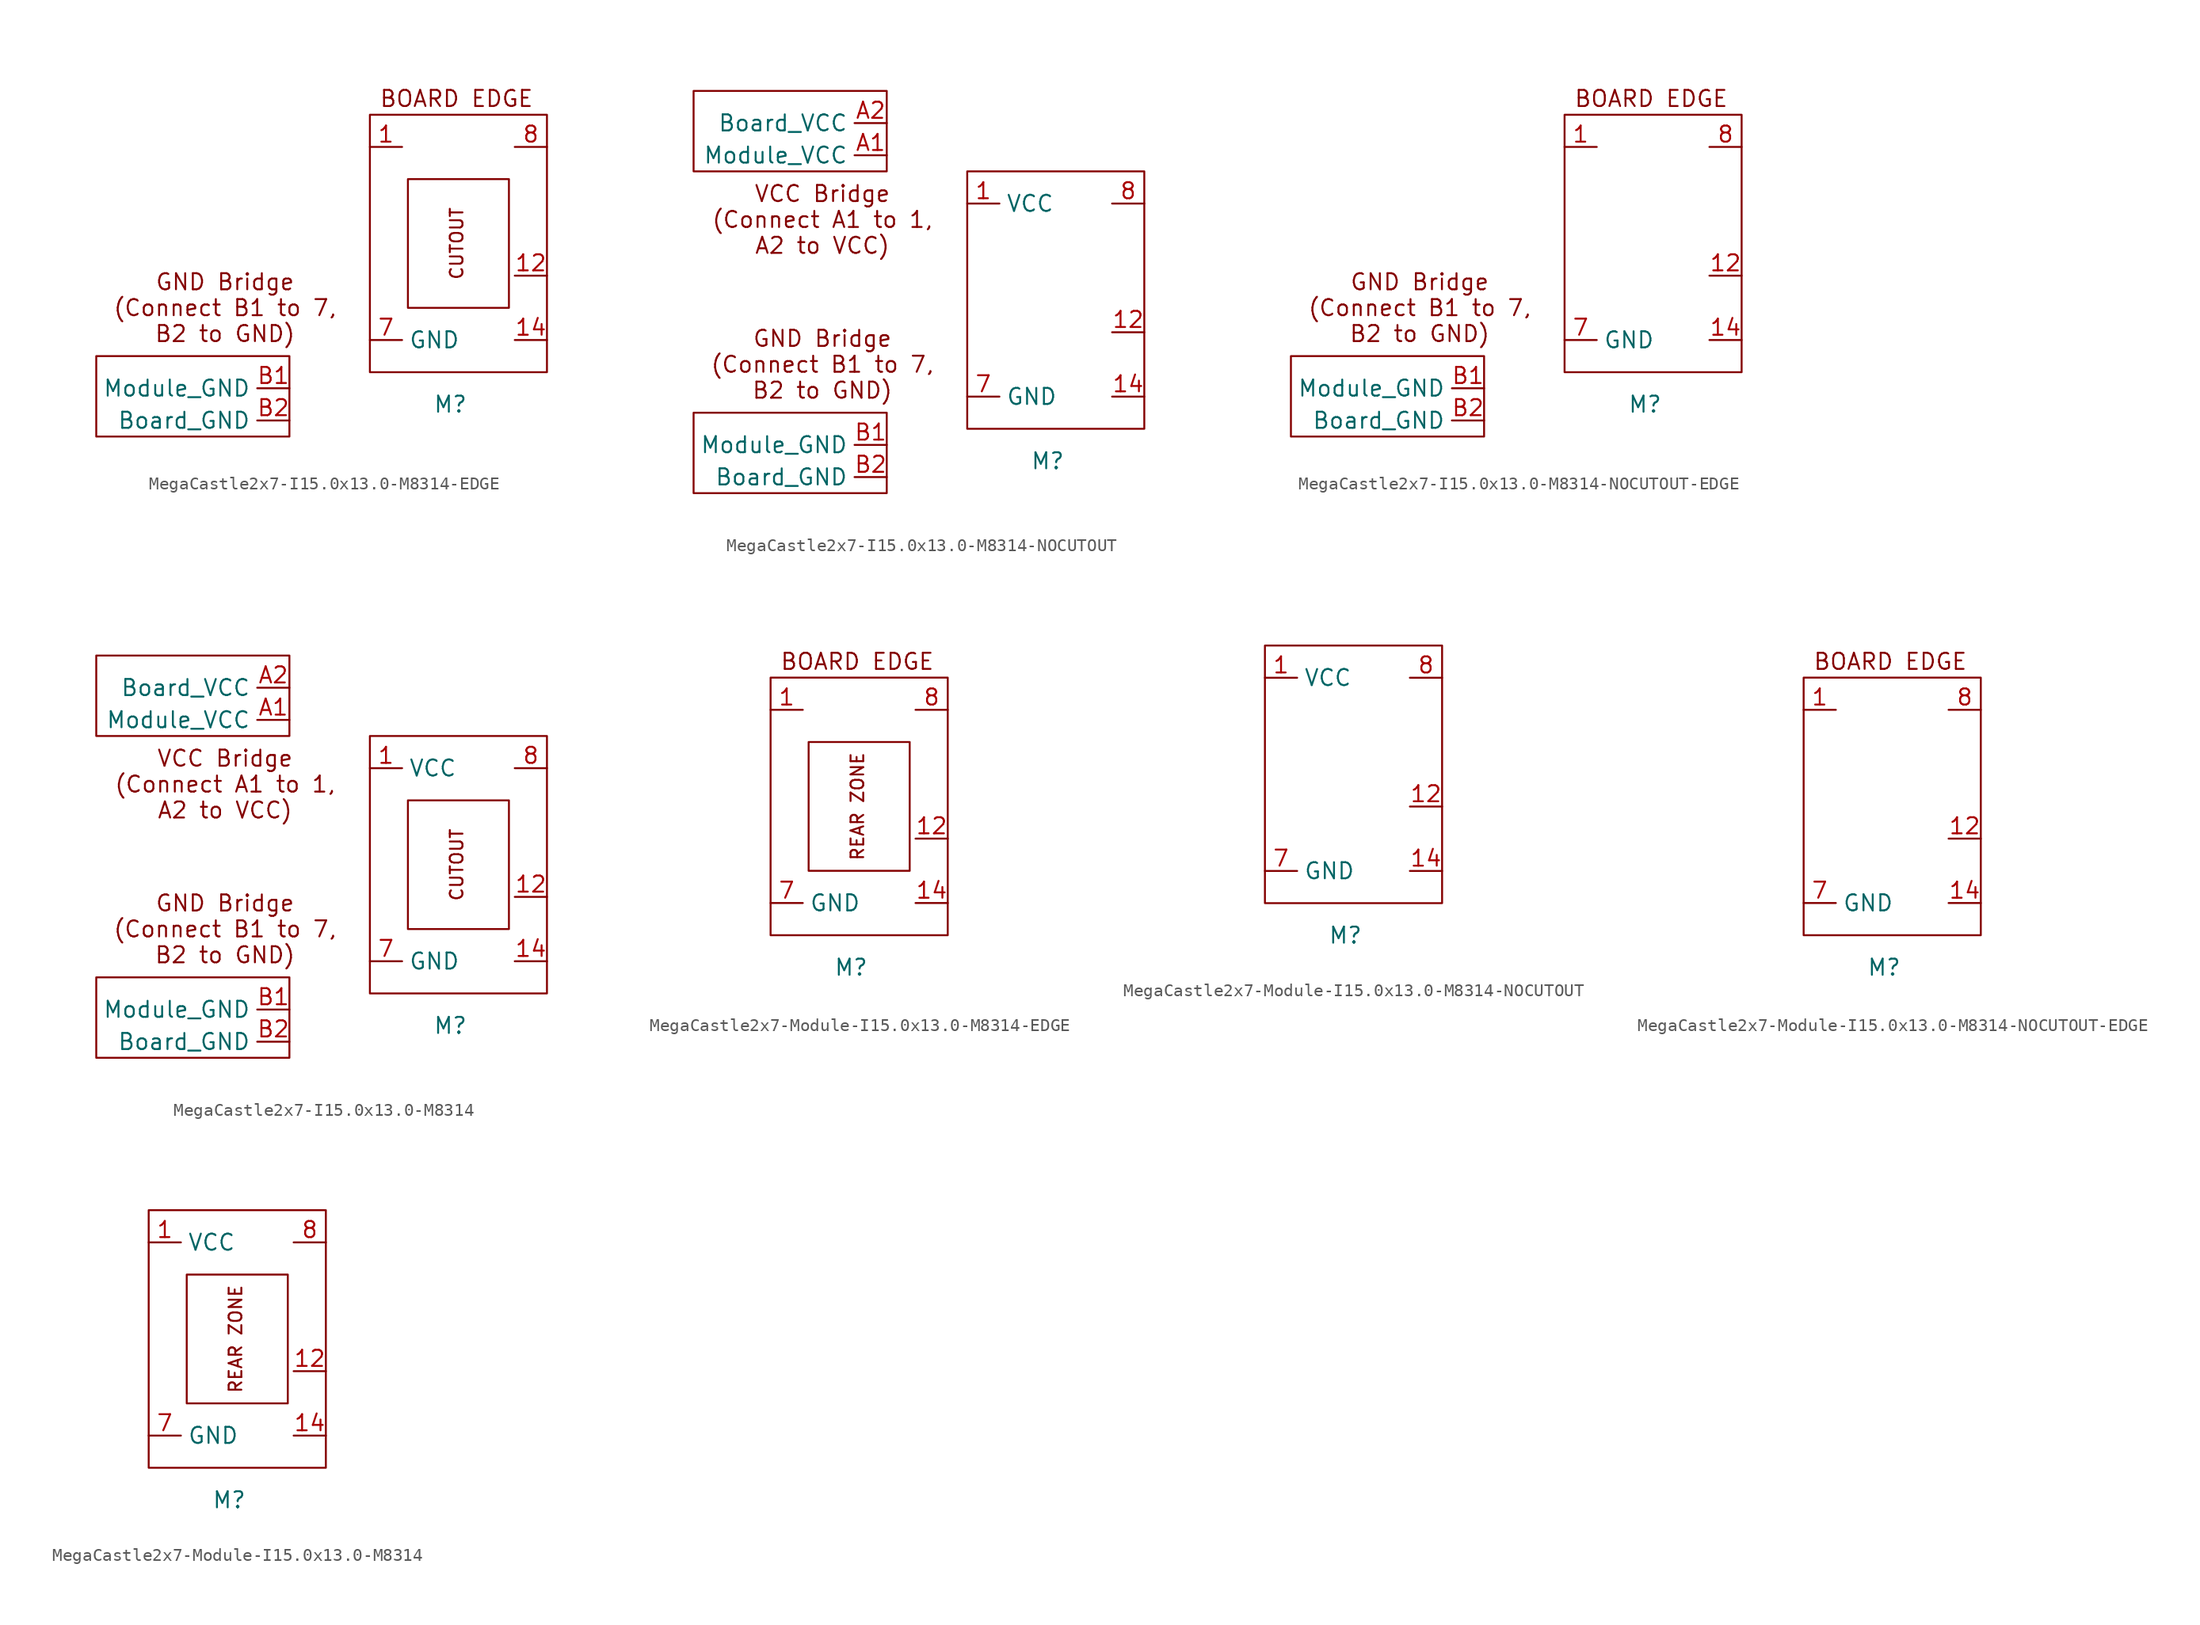
<source format=kicad_sym>
(kicad_symbol_lib
  (version 20241209)
  (generator "kicad_symbol_editor")
  (generator_version "9.0")
  (symbol "MegaCastle2x7-I15.0x13.0-M8314-EDGE"
    (property "Reference" "M"
      (at 0 -12.7 0)
      (effects (font (size 1.27 1.27))))
    (property "Value" ""
      (at 0 5.08 0)
      (effects (font (size 1.27 1.27))))
    (symbol "MegaCastle2x7-I15.0x13.0-M8314-EDGE_0_1"
      (rectangle (start -27.94 -8.89) (end -12.7 -15.24) (stroke (width 0) (type default)) (fill (type none)))
      (rectangle (start -6.35 10.16) (end 7.62 -10.16) (stroke (width 0) (type default)) (fill (type none)))
      (rectangle (start -3.35 5.08) (end 4.62 -5.08) (stroke (width 0) (type default)) (fill (type none))))
    (symbol "MegaCastle2x7-I15.0x13.0-M8314-EDGE_1_1"
      (text "GND Bridge\n(Connect B1 to 7,\nB2 to GND)" (at -17.78 -5.08 0) (effects (font (size 1.27 1.27))))
      (text " BOARD EDGE" (at 0 11.43 0) (effects (font (size 1.27 1.27))))
      (text "CUTOUT" (at 0.5 0 900) (effects (font (size 1 1))))
      (pin bidirectional line (at -12.7 -11.43 180) (length 2.54) (name "Module_GND" (effects (font (size 1.27 1.27)))) (number "B1" (effects (font (size 1.27 1.27)))))
      (pin bidirectional line (at -12.7 -13.97 180) (length 2.54) (name "Board_GND" (effects (font (size 1.27 1.27)))) (number "B2" (effects (font (size 1.27 1.27)))))
      (pin bidirectional line (at -6.35 7.62 0) (length 2.54) (name "" (effects (font (size 1.27 1.27)))) (number "1" (effects (font (size 1.27 1.27)))))
      (pin bidirectional line (at -6.35 -7.62 0) (length 2.54) (name "GND" (effects (font (size 1.27 1.27)))) (number "7" (effects (font (size 1.27 1.27)))))
      (pin bidirectional line (at 7.62 7.62 180) (length 2.54) (name "" (effects (font (size 1.27 1.27)))) (number "8" (effects (font (size 1.27 1.27)))))
      (pin bidirectional line (at 7.62 -2.54 180) (length 2.54) (name "" (effects (font (size 1.27 1.27)))) (number "12" (effects (font (size 1.27 1.27)))))
      (pin bidirectional line (at 7.62 -7.62 180) (length 2.54) (name "" (effects (font (size 1.27 1.27)))) (number "14" (effects (font (size 1.27 1.27)))))))
  (symbol "MegaCastle2x7-I15.0x13.0-M8314-NOCUTOUT"
    (property "Reference" "M"
      (at 0 -12.7 0)
      (effects (font (size 1.27 1.27))))
    (property "Value" ""
      (at 0 5.08 0)
      (effects (font (size 1.27 1.27))))
    (symbol "MegaCastle2x7-I15.0x13.0-M8314-NOCUTOUT_0_1"
      (rectangle (start -27.94 16.51) (end -12.7 10.16) (stroke (width 0) (type default)) (fill (type none)))
      (rectangle (start -27.94 -8.89) (end -12.7 -15.24) (stroke (width 0) (type default)) (fill (type none)))
      (rectangle (start -6.35 10.16) (end 7.62 -10.16) (stroke (width 0) (type default)) (fill (type none))))
    (symbol "MegaCastle2x7-I15.0x13.0-M8314-NOCUTOUT_1_1"
      (text "VCC Bridge\n(Connect A1 to 1,\nA2 to VCC)" (at -17.78 6.35 0) (effects (font (size 1.27 1.27))))
      (text "GND Bridge\n(Connect B1 to 7,\nB2 to GND)" (at -17.78 -5.08 0) (effects (font (size 1.27 1.27))))
      (pin bidirectional line (at -12.7 13.97 180) (length 2.54) (name "Board_VCC" (effects (font (size 1.27 1.27)))) (number "A2" (effects (font (size 1.27 1.27)))))
      (pin bidirectional line (at -12.7 11.43 180) (length 2.54) (name "Module_VCC" (effects (font (size 1.27 1.27)))) (number "A1" (effects (font (size 1.27 1.27)))))
      (pin bidirectional line (at -12.7 -11.43 180) (length 2.54) (name "Module_GND" (effects (font (size 1.27 1.27)))) (number "B1" (effects (font (size 1.27 1.27)))))
      (pin bidirectional line (at -12.7 -13.97 180) (length 2.54) (name "Board_GND" (effects (font (size 1.27 1.27)))) (number "B2" (effects (font (size 1.27 1.27)))))
      (pin bidirectional line (at -6.35 7.62 0) (length 2.54) (name "VCC" (effects (font (size 1.27 1.27)))) (number "1" (effects (font (size 1.27 1.27)))))
      (pin bidirectional line (at -6.35 -7.62 0) (length 2.54) (name "GND" (effects (font (size 1.27 1.27)))) (number "7" (effects (font (size 1.27 1.27)))))
      (pin bidirectional line (at 7.62 7.62 180) (length 2.54) (name "" (effects (font (size 1.27 1.27)))) (number "8" (effects (font (size 1.27 1.27)))))
      (pin bidirectional line (at 7.62 -2.54 180) (length 2.54) (name "" (effects (font (size 1.27 1.27)))) (number "12" (effects (font (size 1.27 1.27)))))
      (pin bidirectional line (at 7.62 -7.62 180) (length 2.54) (name "" (effects (font (size 1.27 1.27)))) (number "14" (effects (font (size 1.27 1.27)))))))
  (symbol "MegaCastle2x7-I15.0x13.0-M8314-NOCUTOUT-EDGE"
    (property "Reference" "M"
      (at 0 -12.7 0)
      (effects (font (size 1.27 1.27))))
    (property "Value" ""
      (at 0 5.08 0)
      (effects (font (size 1.27 1.27))))
    (symbol "MegaCastle2x7-I15.0x13.0-M8314-NOCUTOUT-EDGE_0_1"
      (rectangle (start -27.94 -8.89) (end -12.7 -15.24) (stroke (width 0) (type default)) (fill (type none)))
      (rectangle (start -6.35 10.16) (end 7.62 -10.16) (stroke (width 0) (type default)) (fill (type none))))
    (symbol "MegaCastle2x7-I15.0x13.0-M8314-NOCUTOUT-EDGE_1_1"
      (text "GND Bridge\n(Connect B1 to 7,\nB2 to GND)" (at -17.78 -5.08 0) (effects (font (size 1.27 1.27))))
      (text " BOARD EDGE" (at 0 11.43 0) (effects (font (size 1.27 1.27))))
      (pin bidirectional line (at -12.7 -11.43 180) (length 2.54) (name "Module_GND" (effects (font (size 1.27 1.27)))) (number "B1" (effects (font (size 1.27 1.27)))))
      (pin bidirectional line (at -12.7 -13.97 180) (length 2.54) (name "Board_GND" (effects (font (size 1.27 1.27)))) (number "B2" (effects (font (size 1.27 1.27)))))
      (pin bidirectional line (at -6.35 7.62 0) (length 2.54) (name "" (effects (font (size 1.27 1.27)))) (number "1" (effects (font (size 1.27 1.27)))))
      (pin bidirectional line (at -6.35 -7.62 0) (length 2.54) (name "GND" (effects (font (size 1.27 1.27)))) (number "7" (effects (font (size 1.27 1.27)))))
      (pin bidirectional line (at 7.62 7.62 180) (length 2.54) (name "" (effects (font (size 1.27 1.27)))) (number "8" (effects (font (size 1.27 1.27)))))
      (pin bidirectional line (at 7.62 -2.54 180) (length 2.54) (name "" (effects (font (size 1.27 1.27)))) (number "12" (effects (font (size 1.27 1.27)))))
      (pin bidirectional line (at 7.62 -7.62 180) (length 2.54) (name "" (effects (font (size 1.27 1.27)))) (number "14" (effects (font (size 1.27 1.27)))))))
  (symbol "MegaCastle2x7-I15.0x13.0-M8314"
    (property "Reference" "M"
      (at 0 -12.7 0)
      (effects (font (size 1.27 1.27))))
    (property "Value" ""
      (at 0 5.08 0)
      (effects (font (size 1.27 1.27))))
    (symbol "MegaCastle2x7-I15.0x13.0-M8314_0_1"
      (rectangle (start -27.94 16.51) (end -12.7 10.16) (stroke (width 0) (type default)) (fill (type none)))
      (rectangle (start -27.94 -8.89) (end -12.7 -15.24) (stroke (width 0) (type default)) (fill (type none)))
      (rectangle (start -6.35 10.16) (end 7.62 -10.16) (stroke (width 0) (type default)) (fill (type none)))
      (rectangle (start -3.35 5.08) (end 4.62 -5.08) (stroke (width 0) (type default)) (fill (type none))))
    (symbol "MegaCastle2x7-I15.0x13.0-M8314_1_1"
      (text "VCC Bridge\n(Connect A1 to 1,\nA2 to VCC)" (at -17.78 6.35 0) (effects (font (size 1.27 1.27))))
      (text "GND Bridge\n(Connect B1 to 7,\nB2 to GND)" (at -17.78 -5.08 0) (effects (font (size 1.27 1.27))))
      (text "CUTOUT" (at 0.5 0 900) (effects (font (size 1 1))))
      (pin bidirectional line (at -12.7 13.97 180) (length 2.54) (name "Board_VCC" (effects (font (size 1.27 1.27)))) (number "A2" (effects (font (size 1.27 1.27)))))
      (pin bidirectional line (at -12.7 11.43 180) (length 2.54) (name "Module_VCC" (effects (font (size 1.27 1.27)))) (number "A1" (effects (font (size 1.27 1.27)))))
      (pin bidirectional line (at -12.7 -11.43 180) (length 2.54) (name "Module_GND" (effects (font (size 1.27 1.27)))) (number "B1" (effects (font (size 1.27 1.27)))))
      (pin bidirectional line (at -12.7 -13.97 180) (length 2.54) (name "Board_GND" (effects (font (size 1.27 1.27)))) (number "B2" (effects (font (size 1.27 1.27)))))
      (pin bidirectional line (at -6.35 7.62 0) (length 2.54) (name "VCC" (effects (font (size 1.27 1.27)))) (number "1" (effects (font (size 1.27 1.27)))))
      (pin bidirectional line (at -6.35 -7.62 0) (length 2.54) (name "GND" (effects (font (size 1.27 1.27)))) (number "7" (effects (font (size 1.27 1.27)))))
      (pin bidirectional line (at 7.62 7.62 180) (length 2.54) (name "" (effects (font (size 1.27 1.27)))) (number "8" (effects (font (size 1.27 1.27)))))
      (pin bidirectional line (at 7.62 -2.54 180) (length 2.54) (name "" (effects (font (size 1.27 1.27)))) (number "12" (effects (font (size 1.27 1.27)))))
      (pin bidirectional line (at 7.62 -7.62 180) (length 2.54) (name "" (effects (font (size 1.27 1.27)))) (number "14" (effects (font (size 1.27 1.27)))))))
  (symbol "MegaCastle2x7-Module-I15.0x13.0-M8314-EDGE"
    (property "Reference" "M"
      (at 0 -12.7 0)
      (effects (font (size 1.27 1.27))))
    (property "Value" ""
      (at 0 5.08 0)
      (effects (font (size 1.27 1.27))))
    (symbol "MegaCastle2x7-Module-I15.0x13.0-M8314-EDGE_0_1"
      (rectangle (start -6.35 10.16) (end 7.62 -10.16) (stroke (width 0) (type default)) (fill (type none)))
      (rectangle (start -3.35 5.08) (end 4.62 -5.08) (stroke (width 0) (type default)) (fill (type none))))
    (symbol "MegaCastle2x7-Module-I15.0x13.0-M8314-EDGE_1_1"
      (text " BOARD EDGE" (at 0 11.43 0) (effects (font (size 1.27 1.27))))
      (text "REAR ZONE" (at 0.5 0 900) (effects (font (size 1 1))))
      (pin bidirectional line (at -6.35 7.62 0) (length 2.54) (name "" (effects (font (size 1.27 1.27)))) (number "1" (effects (font (size 1.27 1.27)))))
      (pin bidirectional line (at -6.35 -7.62 0) (length 2.54) (name "GND" (effects (font (size 1.27 1.27)))) (number "7" (effects (font (size 1.27 1.27)))))
      (pin bidirectional line (at 7.62 7.62 180) (length 2.54) (name "" (effects (font (size 1.27 1.27)))) (number "8" (effects (font (size 1.27 1.27)))))
      (pin bidirectional line (at 7.62 -2.54 180) (length 2.54) (name "" (effects (font (size 1.27 1.27)))) (number "12" (effects (font (size 1.27 1.27)))))
      (pin bidirectional line (at 7.62 -7.62 180) (length 2.54) (name "" (effects (font (size 1.27 1.27)))) (number "14" (effects (font (size 1.27 1.27)))))))
  (symbol "MegaCastle2x7-Module-I15.0x13.0-M8314-NOCUTOUT"
    (property "Reference" "M"
      (at 0 -12.7 0)
      (effects (font (size 1.27 1.27))))
    (property "Value" ""
      (at 0 5.08 0)
      (effects (font (size 1.27 1.27))))
    (symbol "MegaCastle2x7-Module-I15.0x13.0-M8314-NOCUTOUT_0_1"
      (rectangle (start -6.35 10.16) (end 7.62 -10.16) (stroke (width 0) (type default)) (fill (type none))))
    (symbol "MegaCastle2x7-Module-I15.0x13.0-M8314-NOCUTOUT_1_1"
      (pin bidirectional line (at -6.35 7.62 0) (length 2.54) (name "VCC" (effects (font (size 1.27 1.27)))) (number "1" (effects (font (size 1.27 1.27)))))
      (pin bidirectional line (at -6.35 -7.62 0) (length 2.54) (name "GND" (effects (font (size 1.27 1.27)))) (number "7" (effects (font (size 1.27 1.27)))))
      (pin bidirectional line (at 7.62 7.62 180) (length 2.54) (name "" (effects (font (size 1.27 1.27)))) (number "8" (effects (font (size 1.27 1.27)))))
      (pin bidirectional line (at 7.62 -2.54 180) (length 2.54) (name "" (effects (font (size 1.27 1.27)))) (number "12" (effects (font (size 1.27 1.27)))))
      (pin bidirectional line (at 7.62 -7.62 180) (length 2.54) (name "" (effects (font (size 1.27 1.27)))) (number "14" (effects (font (size 1.27 1.27)))))))
  (symbol "MegaCastle2x7-Module-I15.0x13.0-M8314-NOCUTOUT-EDGE"
    (property "Reference" "M"
      (at 0 -12.7 0)
      (effects (font (size 1.27 1.27))))
    (property "Value" ""
      (at 0 5.08 0)
      (effects (font (size 1.27 1.27))))
    (symbol "MegaCastle2x7-Module-I15.0x13.0-M8314-NOCUTOUT-EDGE_0_1"
      (rectangle (start -6.35 10.16) (end 7.62 -10.16) (stroke (width 0) (type default)) (fill (type none))))
    (symbol "MegaCastle2x7-Module-I15.0x13.0-M8314-NOCUTOUT-EDGE_1_1"
      (text " BOARD EDGE" (at 0 11.43 0) (effects (font (size 1.27 1.27))))
      (pin bidirectional line (at -6.35 7.62 0) (length 2.54) (name "" (effects (font (size 1.27 1.27)))) (number "1" (effects (font (size 1.27 1.27)))))
      (pin bidirectional line (at -6.35 -7.62 0) (length 2.54) (name "GND" (effects (font (size 1.27 1.27)))) (number "7" (effects (font (size 1.27 1.27)))))
      (pin bidirectional line (at 7.62 7.62 180) (length 2.54) (name "" (effects (font (size 1.27 1.27)))) (number "8" (effects (font (size 1.27 1.27)))))
      (pin bidirectional line (at 7.62 -2.54 180) (length 2.54) (name "" (effects (font (size 1.27 1.27)))) (number "12" (effects (font (size 1.27 1.27)))))
      (pin bidirectional line (at 7.62 -7.62 180) (length 2.54) (name "" (effects (font (size 1.27 1.27)))) (number "14" (effects (font (size 1.27 1.27)))))))
  (symbol "MegaCastle2x7-Module-I15.0x13.0-M8314"
    (property "Reference" "M"
      (at 0 -12.7 0)
      (effects (font (size 1.27 1.27))))
    (property "Value" ""
      (at 0 5.08 0)
      (effects (font (size 1.27 1.27))))
    (symbol "MegaCastle2x7-Module-I15.0x13.0-M8314_0_1"
      (rectangle (start -6.35 10.16) (end 7.62 -10.16) (stroke (width 0) (type default)) (fill (type none)))
      (rectangle (start -3.35 5.08) (end 4.62 -5.08) (stroke (width 0) (type default)) (fill (type none))))
    (symbol "MegaCastle2x7-Module-I15.0x13.0-M8314_1_1"
      (text "REAR ZONE" (at 0.5 0 900) (effects (font (size 1 1))))
      (pin bidirectional line (at -6.35 7.62 0) (length 2.54) (name "VCC" (effects (font (size 1.27 1.27)))) (number "1" (effects (font (size 1.27 1.27)))))
      (pin bidirectional line (at -6.35 -7.62 0) (length 2.54) (name "GND" (effects (font (size 1.27 1.27)))) (number "7" (effects (font (size 1.27 1.27)))))
      (pin bidirectional line (at 7.62 7.62 180) (length 2.54) (name "" (effects (font (size 1.27 1.27)))) (number "8" (effects (font (size 1.27 1.27)))))
      (pin bidirectional line (at 7.62 -2.54 180) (length 2.54) (name "" (effects (font (size 1.27 1.27)))) (number "12" (effects (font (size 1.27 1.27)))))
      (pin bidirectional line (at 7.62 -7.62 180) (length 2.54) (name "" (effects (font (size 1.27 1.27)))) (number "14" (effects (font (size 1.27 1.27))))))))
</source>
